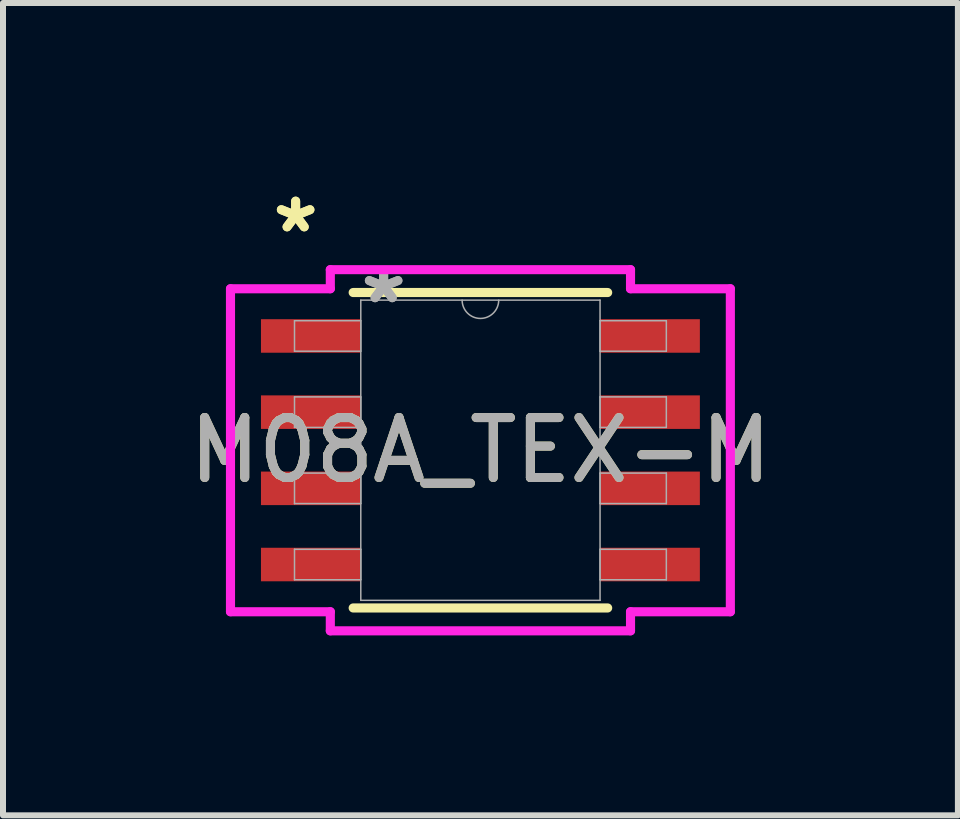
<source format=kicad_pcb>
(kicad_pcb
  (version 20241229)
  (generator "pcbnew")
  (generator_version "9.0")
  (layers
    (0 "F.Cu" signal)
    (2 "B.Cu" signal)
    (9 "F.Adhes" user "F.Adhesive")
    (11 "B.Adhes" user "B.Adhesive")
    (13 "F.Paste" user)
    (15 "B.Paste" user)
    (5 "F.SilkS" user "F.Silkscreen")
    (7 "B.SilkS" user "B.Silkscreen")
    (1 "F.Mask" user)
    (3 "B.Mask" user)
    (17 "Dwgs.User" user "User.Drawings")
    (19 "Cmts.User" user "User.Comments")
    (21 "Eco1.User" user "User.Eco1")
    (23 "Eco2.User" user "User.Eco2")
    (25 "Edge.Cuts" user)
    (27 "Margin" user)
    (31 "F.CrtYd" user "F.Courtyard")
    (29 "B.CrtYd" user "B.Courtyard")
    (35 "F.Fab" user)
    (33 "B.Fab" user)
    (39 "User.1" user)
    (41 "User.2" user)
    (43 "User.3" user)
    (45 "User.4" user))
  (footprint "M08A_TEX-M"
    (layer "F.Cu")
    (at 4.958 4.455)
    (property "Reference" "M08A_TEX-M" (at 0 0 0) (unlocked yes) (layer "F.SilkS") (effects (font (size 1 1) (thickness 0.15))))
    (attr smd)
    (fp_line (start -2.121 2.629) (end 2.121 2.629) (stroke (width 0.152) (type solid)) (layer "F.SilkS"))
    (fp_line (start 2.121 -2.629) (end -2.121 -2.629) (stroke (width 0.152) (type solid)) (layer "F.SilkS"))
    (fp_line (start -4.166 -2.692) (end -2.502 -2.692) (stroke (width 0.152) (type solid)) (layer "F.CrtYd"))
    (fp_line (start -4.166 2.692) (end -4.166 -2.692) (stroke (width 0.152) (type solid)) (layer "F.CrtYd"))
    (fp_line (start -4.166 2.692) (end -2.502 2.692) (stroke (width 0.152) (type solid)) (layer "F.CrtYd"))
    (fp_line (start -2.502 -3.01) (end 2.502 -3.01) (stroke (width 0.152) (type solid)) (layer "F.CrtYd"))
    (fp_line (start -2.502 -2.692) (end -2.502 -3.01) (stroke (width 0.152) (type solid)) (layer "F.CrtYd"))
    (fp_line (start -2.502 3.01) (end -2.502 2.692) (stroke (width 0.152) (type solid)) (layer "F.CrtYd"))
    (fp_line (start 2.502 -3.01) (end 2.502 -2.692) (stroke (width 0.152) (type solid)) (layer "F.CrtYd"))
    (fp_line (start 2.502 2.692) (end 2.502 3.01) (stroke (width 0.152) (type solid)) (layer "F.CrtYd"))
    (fp_line (start 2.502 3.01) (end -2.502 3.01) (stroke (width 0.152) (type solid)) (layer "F.CrtYd"))
    (fp_line (start 4.166 -2.692) (end 2.502 -2.692) (stroke (width 0.152) (type solid)) (layer "F.CrtYd"))
    (fp_line (start 4.166 -2.692) (end 4.166 2.692) (stroke (width 0.152) (type solid)) (layer "F.CrtYd"))
    (fp_line (start 4.166 2.692) (end 2.502 2.692) (stroke (width 0.152) (type solid)) (layer "F.CrtYd"))
    (fp_line (start -3.099 -2.159) (end -3.099 -1.651) (stroke (width 0.025) (type solid)) (layer "F.Fab"))
    (fp_line (start -3.099 -1.651) (end -1.994 -1.651) (stroke (width 0.025) (type solid)) (layer "F.Fab"))
    (fp_line (start -3.099 -0.889) (end -3.099 -0.381) (stroke (width 0.025) (type solid)) (layer "F.Fab"))
    (fp_line (start -3.099 -0.381) (end -1.994 -0.381) (stroke (width 0.025) (type solid)) (layer "F.Fab"))
    (fp_line (start -3.099 0.381) (end -3.099 0.889) (stroke (width 0.025) (type solid)) (layer "F.Fab"))
    (fp_line (start -3.099 0.889) (end -1.994 0.889) (stroke (width 0.025) (type solid)) (layer "F.Fab"))
    (fp_line (start -3.099 1.651) (end -3.099 2.159) (stroke (width 0.025) (type solid)) (layer "F.Fab"))
    (fp_line (start -3.099 2.159) (end -1.994 2.159) (stroke (width 0.025) (type solid)) (layer "F.Fab"))
    (fp_line (start -1.994 -2.502) (end -1.994 2.502) (stroke (width 0.025) (type solid)) (layer "F.Fab"))
    (fp_line (start -1.994 -2.159) (end -3.099 -2.159) (stroke (width 0.025) (type solid)) (layer "F.Fab"))
    (fp_line (start -1.994 -1.651) (end -1.994 -2.159) (stroke (width 0.025) (type solid)) (layer "F.Fab"))
    (fp_line (start -1.994 -0.889) (end -3.099 -0.889) (stroke (width 0.025) (type solid)) (layer "F.Fab"))
    (fp_line (start -1.994 -0.381) (end -1.994 -0.889) (stroke (width 0.025) (type solid)) (layer "F.Fab"))
    (fp_line (start -1.994 0.381) (end -3.099 0.381) (stroke (width 0.025) (type solid)) (layer "F.Fab"))
    (fp_line (start -1.994 0.889) (end -1.994 0.381) (stroke (width 0.025) (type solid)) (layer "F.Fab"))
    (fp_line (start -1.994 1.651) (end -3.099 1.651) (stroke (width 0.025) (type solid)) (layer "F.Fab"))
    (fp_line (start -1.994 2.159) (end -1.994 1.651) (stroke (width 0.025) (type solid)) (layer "F.Fab"))
    (fp_line (start -1.994 2.502) (end 1.994 2.502) (stroke (width 0.025) (type solid)) (layer "F.Fab"))
    (fp_line (start 1.994 -2.502) (end -1.994 -2.502) (stroke (width 0.025) (type solid)) (layer "F.Fab"))
    (fp_line (start 1.994 -2.159) (end 1.994 -1.651) (stroke (width 0.025) (type solid)) (layer "F.Fab"))
    (fp_line (start 1.994 -1.651) (end 3.099 -1.651) (stroke (width 0.025) (type solid)) (layer "F.Fab"))
    (fp_line (start 1.994 -0.889) (end 1.994 -0.381) (stroke (width 0.025) (type solid)) (layer "F.Fab"))
    (fp_line (start 1.994 -0.381) (end 3.099 -0.381) (stroke (width 0.025) (type solid)) (layer "F.Fab"))
    (fp_line (start 1.994 0.381) (end 1.994 0.889) (stroke (width 0.025) (type solid)) (layer "F.Fab"))
    (fp_line (start 1.994 0.889) (end 3.099 0.889) (stroke (width 0.025) (type solid)) (layer "F.Fab"))
    (fp_line (start 1.994 1.651) (end 1.994 2.159) (stroke (width 0.025) (type solid)) (layer "F.Fab"))
    (fp_line (start 1.994 2.159) (end 3.099 2.159) (stroke (width 0.025) (type solid)) (layer "F.Fab"))
    (fp_line (start 1.994 2.502) (end 1.994 -2.502) (stroke (width 0.025) (type solid)) (layer "F.Fab"))
    (fp_line (start 3.099 -2.159) (end 1.994 -2.159) (stroke (width 0.025) (type solid)) (layer "F.Fab"))
    (fp_line (start 3.099 -1.651) (end 3.099 -2.159) (stroke (width 0.025) (type solid)) (layer "F.Fab"))
    (fp_line (start 3.099 -0.889) (end 1.994 -0.889) (stroke (width 0.025) (type solid)) (layer "F.Fab"))
    (fp_line (start 3.099 -0.381) (end 3.099 -0.889) (stroke (width 0.025) (type solid)) (layer "F.Fab"))
    (fp_line (start 3.099 0.381) (end 1.994 0.381) (stroke (width 0.025) (type solid)) (layer "F.Fab"))
    (fp_line (start 3.099 0.889) (end 3.099 0.381) (stroke (width 0.025) (type solid)) (layer "F.Fab"))
    (fp_line (start 3.099 1.651) (end 1.994 1.651) (stroke (width 0.025) (type solid)) (layer "F.Fab"))
    (fp_line (start 3.099 2.159) (end 3.099 1.651) (stroke (width 0.025) (type solid)) (layer "F.Fab"))
    (fp_arc (start 0.3048 -2.5019) (mid 0 -2.1971) (end -0.3048 -2.5019) (stroke (width 0.0254) (type solid)) (layer "F.Fab"))
    (fp_text user "*" (at -3.08 -3.607 0) (unlocked yes) (layer "F.SilkS") (effects (font (size 1 1) (thickness 0.15))))
    (fp_text user "*" (at -3.08 -3.607 0) (layer "F.SilkS") (effects (font (size 1 1) (thickness 0.15))))
    (fp_text user "${REFERENCE}" (at 0 0 0) (unlocked yes) (layer "F.Fab") (effects (font (size 1 1) (thickness 0.15))))
    (fp_text user "*" (at -1.613 -2.426 0) (unlocked yes) (layer "F.Fab") (effects (font (size 1 1) (thickness 0.15))))
    (fp_text user "*" (at -1.613 -2.426 0) (layer "F.Fab") (effects (font (size 1 1) (thickness 0.15))))
    (pad "1" smd rect (at -2.826 -1.905) (size 1.664 0.559) (layers "F.Cu" "F.Mask" "F.Paste"))
    (pad "2" smd rect (at -2.826 -0.635) (size 1.664 0.559) (layers "F.Cu" "F.Mask" "F.Paste"))
    (pad "3" smd rect (at -2.826 0.635) (size 1.664 0.559) (layers "F.Cu" "F.Mask" "F.Paste"))
    (pad "4" smd rect (at -2.826 1.905) (size 1.664 0.559) (layers "F.Cu" "F.Mask" "F.Paste"))
    (pad "5" smd rect (at 2.826 1.905) (size 1.664 0.559) (layers "F.Cu" "F.Mask" "F.Paste"))
    (pad "6" smd rect (at 2.826 0.635) (size 1.664 0.559) (layers "F.Cu" "F.Mask" "F.Paste"))
    (pad "7" smd rect (at 2.826 -0.635) (size 1.664 0.559) (layers "F.Cu" "F.Mask" "F.Paste"))
    (pad "8" smd rect (at 2.826 -1.905) (size 1.664 0.559) (layers "F.Cu" "F.Mask" "F.Paste")))
  (gr_rect
    (start -3 -3)
    (end 12.917 10.541)
    (stroke (width 0.1) (type default))
    (fill no)
    (layer "Edge.Cuts")))
</source>
